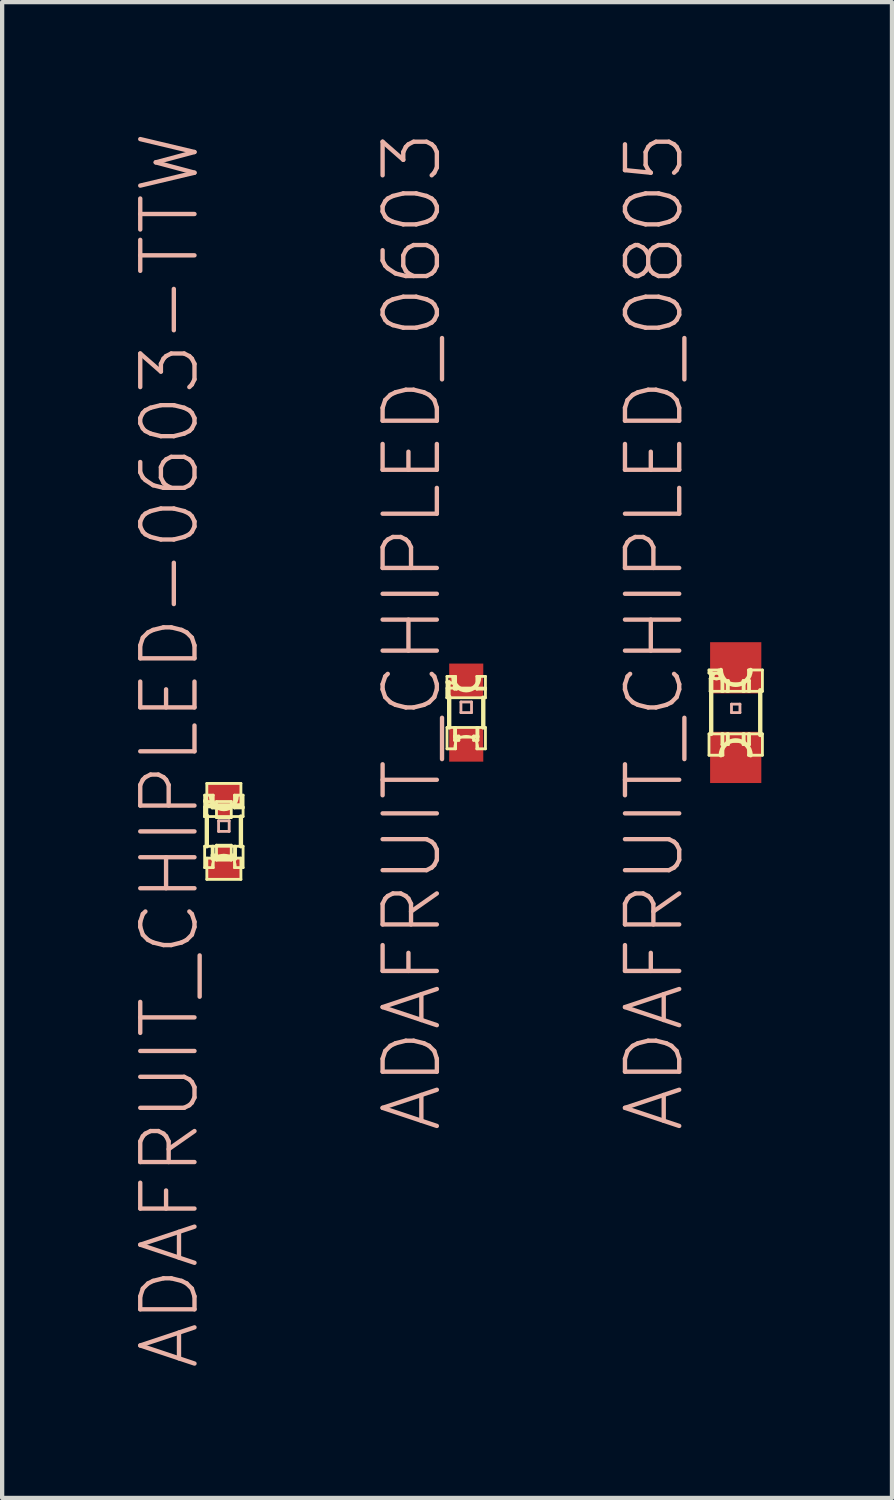
<source format=kicad_pcb>
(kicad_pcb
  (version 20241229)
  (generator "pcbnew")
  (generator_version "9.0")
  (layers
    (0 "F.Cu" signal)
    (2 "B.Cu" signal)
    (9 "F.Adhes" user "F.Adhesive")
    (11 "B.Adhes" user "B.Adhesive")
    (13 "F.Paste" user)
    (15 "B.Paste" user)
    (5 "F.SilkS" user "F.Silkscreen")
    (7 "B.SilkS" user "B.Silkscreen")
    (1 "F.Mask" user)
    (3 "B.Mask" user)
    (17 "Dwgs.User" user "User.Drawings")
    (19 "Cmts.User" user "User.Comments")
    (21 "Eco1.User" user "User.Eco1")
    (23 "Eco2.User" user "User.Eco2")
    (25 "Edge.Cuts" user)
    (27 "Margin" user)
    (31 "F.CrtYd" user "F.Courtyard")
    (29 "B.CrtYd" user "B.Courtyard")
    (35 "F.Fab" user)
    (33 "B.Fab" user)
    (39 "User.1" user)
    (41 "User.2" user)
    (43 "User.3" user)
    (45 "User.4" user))
  (footprint "ADAFRUIT_CHIPLED_0603"
    (layer "F.Cu")
    (at 7.865 13.633)
    (property "Reference" "ADAFRUIT_CHIPLED_0603" (at -1.27 -1.905 90) (layer "B.SilkS") (effects (font (size 1.27 1.27) (thickness 0.102))))
    (attr smd)
    (fp_line (start -0.45 -0.848) (end -0.249 -0.848) (stroke (width 0.066) (type solid)) (layer "F.SilkS"))
    (fp_line (start -0.45 -0.724) (end -0.399 -0.724) (stroke (width 0.066) (type solid)) (layer "F.SilkS"))
    (fp_line (start -0.45 -0.699) (end -0.45 -0.848) (stroke (width 0.066) (type solid)) (layer "F.SilkS"))
    (fp_line (start -0.45 -0.699) (end -0.249 -0.699) (stroke (width 0.066) (type solid)) (layer "F.SilkS"))
    (fp_line (start -0.45 -0.574) (end 0.45 -0.574) (stroke (width 0.066) (type solid)) (layer "F.SilkS"))
    (fp_line (start -0.45 -0.348) (end -0.45 -0.724) (stroke (width 0.066) (type solid)) (layer "F.SilkS"))
    (fp_line (start -0.45 -0.348) (end -0.45 -0.574) (stroke (width 0.066) (type solid)) (layer "F.SilkS"))
    (fp_line (start -0.45 -0.348) (end -0.399 -0.348) (stroke (width 0.066) (type solid)) (layer "F.SilkS"))
    (fp_line (start -0.45 -0.348) (end 0.45 -0.348) (stroke (width 0.066) (type solid)) (layer "F.SilkS"))
    (fp_line (start -0.45 0.348) (end -0.249 0.348) (stroke (width 0.066) (type solid)) (layer "F.SilkS"))
    (fp_line (start -0.45 0.848) (end -0.45 0.348) (stroke (width 0.066) (type solid)) (layer "F.SilkS"))
    (fp_line (start -0.45 0.848) (end -0.249 0.848) (stroke (width 0.066) (type solid)) (layer "F.SilkS"))
    (fp_line (start -0.399 -0.373) (end -0.399 0.348) (stroke (width 0.102) (type solid)) (layer "F.SilkS"))
    (fp_line (start -0.399 -0.348) (end -0.399 -0.724) (stroke (width 0.066) (type solid)) (layer "F.SilkS"))
    (fp_line (start -0.274 -0.599) (end -0.224 -0.599) (stroke (width 0.066) (type solid)) (layer "F.SilkS"))
    (fp_line (start -0.274 -0.549) (end -0.274 -0.599) (stroke (width 0.066) (type solid)) (layer "F.SilkS"))
    (fp_line (start -0.274 -0.549) (end -0.224 -0.549) (stroke (width 0.066) (type solid)) (layer "F.SilkS"))
    (fp_line (start -0.274 0.348) (end 0.274 0.348) (stroke (width 0.066) (type solid)) (layer "F.SilkS"))
    (fp_line (start -0.274 0.549) (end -0.173 0.549) (stroke (width 0.066) (type solid)) (layer "F.SilkS"))
    (fp_line (start -0.274 0.574) (end -0.274 0.348) (stroke (width 0.066) (type solid)) (layer "F.SilkS"))
    (fp_line (start -0.274 0.574) (end 0.274 0.574) (stroke (width 0.066) (type solid)) (layer "F.SilkS"))
    (fp_line (start -0.274 0.648) (end -0.274 0.549) (stroke (width 0.066) (type solid)) (layer "F.SilkS"))
    (fp_line (start -0.274 0.648) (end -0.173 0.648) (stroke (width 0.066) (type solid)) (layer "F.SilkS"))
    (fp_line (start -0.249 -0.699) (end -0.249 -0.848) (stroke (width 0.066) (type solid)) (layer "F.SilkS"))
    (fp_line (start -0.249 0.848) (end -0.249 0.348) (stroke (width 0.066) (type solid)) (layer "F.SilkS"))
    (fp_line (start -0.224 -0.549) (end -0.224 -0.599) (stroke (width 0.066) (type solid)) (layer "F.SilkS"))
    (fp_line (start -0.173 0.648) (end -0.173 0.549) (stroke (width 0.066) (type solid)) (layer "F.SilkS"))
    (fp_line (start 0.173 0.549) (end 0.274 0.549) (stroke (width 0.066) (type solid)) (layer "F.SilkS"))
    (fp_line (start 0.173 0.648) (end 0.173 0.549) (stroke (width 0.066) (type solid)) (layer "F.SilkS"))
    (fp_line (start 0.173 0.648) (end 0.274 0.648) (stroke (width 0.066) (type solid)) (layer "F.SilkS"))
    (fp_line (start 0.249 -0.848) (end 0.45 -0.848) (stroke (width 0.066) (type solid)) (layer "F.SilkS"))
    (fp_line (start 0.249 -0.549) (end 0.249 -0.848) (stroke (width 0.066) (type solid)) (layer "F.SilkS"))
    (fp_line (start 0.249 -0.549) (end 0.45 -0.549) (stroke (width 0.066) (type solid)) (layer "F.SilkS"))
    (fp_line (start 0.249 0.348) (end 0.45 0.348) (stroke (width 0.066) (type solid)) (layer "F.SilkS"))
    (fp_line (start 0.249 0.848) (end 0.249 0.348) (stroke (width 0.066) (type solid)) (layer "F.SilkS"))
    (fp_line (start 0.249 0.848) (end 0.45 0.848) (stroke (width 0.066) (type solid)) (layer "F.SilkS"))
    (fp_line (start 0.274 0.574) (end 0.274 0.348) (stroke (width 0.066) (type solid)) (layer "F.SilkS"))
    (fp_line (start 0.274 0.648) (end 0.274 0.549) (stroke (width 0.066) (type solid)) (layer "F.SilkS"))
    (fp_line (start 0.399 -0.348) (end 0.399 0.348) (stroke (width 0.102) (type solid)) (layer "F.SilkS"))
    (fp_line (start 0.45 -0.549) (end 0.45 -0.848) (stroke (width 0.066) (type solid)) (layer "F.SilkS"))
    (fp_line (start 0.45 -0.348) (end 0.45 -0.574) (stroke (width 0.066) (type solid)) (layer "F.SilkS"))
    (fp_line (start 0.45 0.848) (end 0.45 0.348) (stroke (width 0.066) (type solid)) (layer "F.SilkS"))
    (fp_arc (start -0.27432 0.82296) (mid 0 0.54864) (end 0.27432 0.82296) (stroke (width 0.0508) (type solid)) (layer "F.SilkS"))
    (fp_arc (start 0.29972 -0.82296) (mid 0 -0.52324) (end -0.29972 -0.82296) (stroke (width 0.1016) (type solid)) (layer "F.SilkS"))
    (fp_circle (center -0.348 -0.625) (end -0.384 -0.66) (stroke (width 0.025) (type solid)) (fill no) (layer "F.SilkS"))
    (fp_line (start -0.124 -0.249) (end 0.124 -0.249) (stroke (width 0.066) (type solid)) (layer "B.SilkS"))
    (fp_line (start -0.124 0) (end -0.124 -0.249) (stroke (width 0.066) (type solid)) (layer "B.SilkS"))
    (fp_line (start -0.124 0) (end 0.124 0) (stroke (width 0.066) (type solid)) (layer "B.SilkS"))
    (fp_line (start 0.124 0) (end 0.124 -0.249) (stroke (width 0.066) (type solid)) (layer "B.SilkS"))
    (pad "A" smd rect (at 0 0.749) (size 0.798 0.798) (layers "F.Cu" "F.Mask" "F.Paste"))
    (pad "C" smd rect (at 0 -0.749) (size 0.798 0.798) (layers "F.Cu" "F.Mask" "F.Paste")))
  (footprint "ADAFRUIT_CHIPLED-0603-TTW"
    (layer "F.Cu")
    (at 2.191 16.414)
    (property "Reference" "ADAFRUIT_CHIPLED-0603-TTW" (at -1.27 -1.905 90) (layer "B.SilkS") (effects (font (size 1.27 1.27) (thickness 0.102))))
    (attr smd)
    (fp_line (start -0.45 -0.848) (end -0.249 -0.848) (stroke (width 0.066) (type solid)) (layer "F.SilkS"))
    (fp_line (start -0.45 -0.724) (end -0.399 -0.724) (stroke (width 0.066) (type solid)) (layer "F.SilkS"))
    (fp_line (start -0.45 -0.699) (end -0.45 -0.848) (stroke (width 0.066) (type solid)) (layer "F.SilkS"))
    (fp_line (start -0.45 -0.699) (end -0.249 -0.699) (stroke (width 0.066) (type solid)) (layer "F.SilkS"))
    (fp_line (start -0.45 -0.574) (end 0.45 -0.574) (stroke (width 0.066) (type solid)) (layer "F.SilkS"))
    (fp_line (start -0.45 -0.348) (end -0.45 -0.724) (stroke (width 0.066) (type solid)) (layer "F.SilkS"))
    (fp_line (start -0.45 -0.348) (end -0.45 -0.574) (stroke (width 0.066) (type solid)) (layer "F.SilkS"))
    (fp_line (start -0.45 -0.348) (end -0.399 -0.348) (stroke (width 0.066) (type solid)) (layer "F.SilkS"))
    (fp_line (start -0.45 -0.348) (end 0.45 -0.348) (stroke (width 0.066) (type solid)) (layer "F.SilkS"))
    (fp_line (start -0.45 0.348) (end -0.249 0.348) (stroke (width 0.066) (type solid)) (layer "F.SilkS"))
    (fp_line (start -0.45 0.848) (end -0.45 0.348) (stroke (width 0.066) (type solid)) (layer "F.SilkS"))
    (fp_line (start -0.45 0.848) (end -0.249 0.848) (stroke (width 0.066) (type solid)) (layer "F.SilkS"))
    (fp_line (start -0.399 -1.123) (end 0.399 -1.123) (stroke (width 0.066) (type solid)) (layer "F.SilkS"))
    (fp_line (start -0.399 -0.625) (end -0.399 -1.123) (stroke (width 0.066) (type solid)) (layer "F.SilkS"))
    (fp_line (start -0.399 -0.625) (end 0.399 -0.625) (stroke (width 0.066) (type solid)) (layer "F.SilkS"))
    (fp_line (start -0.399 -0.373) (end -0.399 0.348) (stroke (width 0.102) (type solid)) (layer "F.SilkS"))
    (fp_line (start -0.399 -0.348) (end -0.399 -0.724) (stroke (width 0.066) (type solid)) (layer "F.SilkS"))
    (fp_line (start -0.399 0.625) (end 0.399 0.625) (stroke (width 0.066) (type solid)) (layer "F.SilkS"))
    (fp_line (start -0.399 1.123) (end -0.399 0.625) (stroke (width 0.066) (type solid)) (layer "F.SilkS"))
    (fp_line (start -0.399 1.123) (end 0.399 1.123) (stroke (width 0.066) (type solid)) (layer "F.SilkS"))
    (fp_line (start -0.274 -0.599) (end -0.224 -0.599) (stroke (width 0.066) (type solid)) (layer "F.SilkS"))
    (fp_line (start -0.274 -0.549) (end -0.274 -0.599) (stroke (width 0.066) (type solid)) (layer "F.SilkS"))
    (fp_line (start -0.274 -0.549) (end -0.224 -0.549) (stroke (width 0.066) (type solid)) (layer "F.SilkS"))
    (fp_line (start -0.274 0.348) (end 0.274 0.348) (stroke (width 0.066) (type solid)) (layer "F.SilkS"))
    (fp_line (start -0.274 0.549) (end -0.173 0.549) (stroke (width 0.066) (type solid)) (layer "F.SilkS"))
    (fp_line (start -0.274 0.574) (end -0.274 0.348) (stroke (width 0.066) (type solid)) (layer "F.SilkS"))
    (fp_line (start -0.274 0.574) (end 0.274 0.574) (stroke (width 0.066) (type solid)) (layer "F.SilkS"))
    (fp_line (start -0.274 0.648) (end -0.274 0.549) (stroke (width 0.066) (type solid)) (layer "F.SilkS"))
    (fp_line (start -0.274 0.648) (end -0.173 0.648) (stroke (width 0.066) (type solid)) (layer "F.SilkS"))
    (fp_line (start -0.249 -0.699) (end -0.249 -0.848) (stroke (width 0.066) (type solid)) (layer "F.SilkS"))
    (fp_line (start -0.249 0.848) (end -0.249 0.348) (stroke (width 0.066) (type solid)) (layer "F.SilkS"))
    (fp_line (start -0.224 -0.549) (end -0.224 -0.599) (stroke (width 0.066) (type solid)) (layer "F.SilkS"))
    (fp_line (start -0.173 -0.699) (end 0.173 -0.699) (stroke (width 0.066) (type solid)) (layer "F.SilkS"))
    (fp_line (start -0.173 -0.323) (end -0.173 -0.699) (stroke (width 0.066) (type solid)) (layer "F.SilkS"))
    (fp_line (start -0.173 -0.323) (end 0.173 -0.323) (stroke (width 0.066) (type solid)) (layer "F.SilkS"))
    (fp_line (start -0.173 0.323) (end 0.173 0.323) (stroke (width 0.066) (type solid)) (layer "F.SilkS"))
    (fp_line (start -0.173 0.648) (end -0.173 0.549) (stroke (width 0.066) (type solid)) (layer "F.SilkS"))
    (fp_line (start -0.173 0.673) (end -0.173 0.323) (stroke (width 0.066) (type solid)) (layer "F.SilkS"))
    (fp_line (start -0.173 0.673) (end 0.173 0.673) (stroke (width 0.066) (type solid)) (layer "F.SilkS"))
    (fp_line (start 0.173 -0.323) (end 0.173 -0.699) (stroke (width 0.066) (type solid)) (layer "F.SilkS"))
    (fp_line (start 0.173 0.549) (end 0.274 0.549) (stroke (width 0.066) (type solid)) (layer "F.SilkS"))
    (fp_line (start 0.173 0.648) (end 0.173 0.549) (stroke (width 0.066) (type solid)) (layer "F.SilkS"))
    (fp_line (start 0.173 0.648) (end 0.274 0.648) (stroke (width 0.066) (type solid)) (layer "F.SilkS"))
    (fp_line (start 0.173 0.673) (end 0.173 0.323) (stroke (width 0.066) (type solid)) (layer "F.SilkS"))
    (fp_line (start 0.249 -0.848) (end 0.45 -0.848) (stroke (width 0.066) (type solid)) (layer "F.SilkS"))
    (fp_line (start 0.249 -0.549) (end 0.249 -0.848) (stroke (width 0.066) (type solid)) (layer "F.SilkS"))
    (fp_line (start 0.249 -0.549) (end 0.45 -0.549) (stroke (width 0.066) (type solid)) (layer "F.SilkS"))
    (fp_line (start 0.249 0.348) (end 0.45 0.348) (stroke (width 0.066) (type solid)) (layer "F.SilkS"))
    (fp_line (start 0.249 0.848) (end 0.249 0.348) (stroke (width 0.066) (type solid)) (layer "F.SilkS"))
    (fp_line (start 0.249 0.848) (end 0.45 0.848) (stroke (width 0.066) (type solid)) (layer "F.SilkS"))
    (fp_line (start 0.274 0.574) (end 0.274 0.348) (stroke (width 0.066) (type solid)) (layer "F.SilkS"))
    (fp_line (start 0.274 0.648) (end 0.274 0.549) (stroke (width 0.066) (type solid)) (layer "F.SilkS"))
    (fp_line (start 0.399 -0.625) (end 0.399 -1.123) (stroke (width 0.066) (type solid)) (layer "F.SilkS"))
    (fp_line (start 0.399 -0.348) (end 0.399 0.348) (stroke (width 0.102) (type solid)) (layer "F.SilkS"))
    (fp_line (start 0.399 1.123) (end 0.399 0.625) (stroke (width 0.066) (type solid)) (layer "F.SilkS"))
    (fp_line (start 0.45 -0.549) (end 0.45 -0.848) (stroke (width 0.066) (type solid)) (layer "F.SilkS"))
    (fp_line (start 0.45 -0.348) (end 0.45 -0.574) (stroke (width 0.066) (type solid)) (layer "F.SilkS"))
    (fp_line (start 0.45 0.848) (end 0.45 0.348) (stroke (width 0.066) (type solid)) (layer "F.SilkS"))
    (fp_arc (start -0.27432 0.82296) (mid 0 0.54864) (end 0.27432 0.82296) (stroke (width 0.0508) (type solid)) (layer "F.SilkS"))
    (fp_arc (start 0.29972 -0.82296) (mid 0 -0.52324) (end -0.29972 -0.82296) (stroke (width 0.1016) (type solid)) (layer "F.SilkS"))
    (fp_circle (center -0.348 -0.625) (end -0.384 -0.66) (stroke (width 0.025) (type solid)) (fill no) (layer "F.SilkS"))
    (fp_line (start -0.124 -0.249) (end 0.124 -0.249) (stroke (width 0.066) (type solid)) (layer "B.SilkS"))
    (fp_line (start -0.124 0) (end -0.124 -0.249) (stroke (width 0.066) (type solid)) (layer "B.SilkS"))
    (fp_line (start -0.124 0) (end 0.124 0) (stroke (width 0.066) (type solid)) (layer "B.SilkS"))
    (fp_line (start 0.124 0) (end 0.124 -0.249) (stroke (width 0.066) (type solid)) (layer "B.SilkS"))
    (pad "A" smd rect (at 0 0.874) (size 0.798 0.498) (layers "F.Cu" "F.Mask" "F.Paste"))
    (pad "A@1" smd rect (at 0 0.498) (size 0.348 0.348) (layers "F.Cu" "F.Mask" "F.Paste"))
    (pad "C" smd rect (at 0 -0.874) (size 0.798 0.498) (layers "F.Cu" "F.Mask" "F.Paste"))
    (pad "C@1" smd rect (at 0 -0.498) (size 0.348 0.348) (layers "F.Cu" "F.Mask" "F.Paste")))
  (footprint "ADAFRUIT_CHIPLED_0805"
    (layer "F.Cu")
    (at 14.174 13.633)
    (property "Reference" "ADAFRUIT_CHIPLED_0805" (at -1.905 -1.905 90) (layer "B.SilkS") (effects (font (size 1.27 1.27) (thickness 0.102))))
    (attr smd)
    (fp_line (start -0.625 -0.998) (end -0.399 -0.998) (stroke (width 0.066) (type solid)) (layer "F.SilkS"))
    (fp_line (start -0.625 -0.925) (end -0.625 -0.998) (stroke (width 0.066) (type solid)) (layer "F.SilkS"))
    (fp_line (start -0.625 -0.925) (end -0.399 -0.925) (stroke (width 0.066) (type solid)) (layer "F.SilkS"))
    (fp_line (start -0.625 0.498) (end -0.3 0.498) (stroke (width 0.066) (type solid)) (layer "F.SilkS"))
    (fp_line (start -0.625 0.998) (end -0.625 0.498) (stroke (width 0.066) (type solid)) (layer "F.SilkS"))
    (fp_line (start -0.625 0.998) (end -0.3 0.998) (stroke (width 0.066) (type solid)) (layer "F.SilkS"))
    (fp_line (start -0.599 -0.798) (end -0.3 -0.798) (stroke (width 0.066) (type solid)) (layer "F.SilkS"))
    (fp_line (start -0.599 -0.498) (end -0.599 -0.798) (stroke (width 0.066) (type solid)) (layer "F.SilkS"))
    (fp_line (start -0.599 -0.498) (end -0.3 -0.498) (stroke (width 0.066) (type solid)) (layer "F.SilkS"))
    (fp_line (start -0.574 0.498) (end -0.574 -0.925) (stroke (width 0.102) (type solid)) (layer "F.SilkS"))
    (fp_line (start -0.399 -0.925) (end -0.399 -0.998) (stroke (width 0.066) (type solid)) (layer "F.SilkS"))
    (fp_line (start -0.323 -0.749) (end -0.173 -0.749) (stroke (width 0.066) (type solid)) (layer "F.SilkS"))
    (fp_line (start -0.323 -0.498) (end -0.323 -0.749) (stroke (width 0.066) (type solid)) (layer "F.SilkS"))
    (fp_line (start -0.323 -0.498) (end -0.173 -0.498) (stroke (width 0.066) (type solid)) (layer "F.SilkS"))
    (fp_line (start -0.323 0.498) (end -0.173 0.498) (stroke (width 0.066) (type solid)) (layer "F.SilkS"))
    (fp_line (start -0.323 0.749) (end -0.323 0.498) (stroke (width 0.066) (type solid)) (layer "F.SilkS"))
    (fp_line (start -0.323 0.749) (end -0.173 0.749) (stroke (width 0.066) (type solid)) (layer "F.SilkS"))
    (fp_line (start -0.3 -0.498) (end -0.3 -0.798) (stroke (width 0.066) (type solid)) (layer "F.SilkS"))
    (fp_line (start -0.3 0.998) (end -0.3 0.498) (stroke (width 0.066) (type solid)) (layer "F.SilkS"))
    (fp_line (start -0.198 -0.673) (end 0.198 -0.673) (stroke (width 0.066) (type solid)) (layer "F.SilkS"))
    (fp_line (start -0.198 -0.498) (end -0.198 -0.673) (stroke (width 0.066) (type solid)) (layer "F.SilkS"))
    (fp_line (start -0.198 -0.498) (end 0.198 -0.498) (stroke (width 0.066) (type solid)) (layer "F.SilkS"))
    (fp_line (start -0.198 0.498) (end 0.198 0.498) (stroke (width 0.066) (type solid)) (layer "F.SilkS"))
    (fp_line (start -0.198 0.673) (end -0.198 0.498) (stroke (width 0.066) (type solid)) (layer "F.SilkS"))
    (fp_line (start -0.198 0.673) (end 0.198 0.673) (stroke (width 0.066) (type solid)) (layer "F.SilkS"))
    (fp_line (start -0.173 -0.498) (end -0.173 -0.749) (stroke (width 0.066) (type solid)) (layer "F.SilkS"))
    (fp_line (start -0.173 0.749) (end -0.173 0.498) (stroke (width 0.066) (type solid)) (layer "F.SilkS"))
    (fp_line (start 0.173 -0.749) (end 0.323 -0.749) (stroke (width 0.066) (type solid)) (layer "F.SilkS"))
    (fp_line (start 0.173 -0.498) (end 0.173 -0.749) (stroke (width 0.066) (type solid)) (layer "F.SilkS"))
    (fp_line (start 0.173 -0.498) (end 0.323 -0.498) (stroke (width 0.066) (type solid)) (layer "F.SilkS"))
    (fp_line (start 0.173 0.498) (end 0.323 0.498) (stroke (width 0.066) (type solid)) (layer "F.SilkS"))
    (fp_line (start 0.173 0.749) (end 0.173 0.498) (stroke (width 0.066) (type solid)) (layer "F.SilkS"))
    (fp_line (start 0.173 0.749) (end 0.323 0.749) (stroke (width 0.066) (type solid)) (layer "F.SilkS"))
    (fp_line (start 0.198 -0.498) (end 0.198 -0.673) (stroke (width 0.066) (type solid)) (layer "F.SilkS"))
    (fp_line (start 0.198 0.673) (end 0.198 0.498) (stroke (width 0.066) (type solid)) (layer "F.SilkS"))
    (fp_line (start 0.3 -0.998) (end 0.625 -0.998) (stroke (width 0.066) (type solid)) (layer "F.SilkS"))
    (fp_line (start 0.3 -0.498) (end 0.3 -0.998) (stroke (width 0.066) (type solid)) (layer "F.SilkS"))
    (fp_line (start 0.3 -0.498) (end 0.625 -0.498) (stroke (width 0.066) (type solid)) (layer "F.SilkS"))
    (fp_line (start 0.3 0.498) (end 0.625 0.498) (stroke (width 0.066) (type solid)) (layer "F.SilkS"))
    (fp_line (start 0.3 0.998) (end 0.3 0.498) (stroke (width 0.066) (type solid)) (layer "F.SilkS"))
    (fp_line (start 0.3 0.998) (end 0.625 0.998) (stroke (width 0.066) (type solid)) (layer "F.SilkS"))
    (fp_line (start 0.323 -0.498) (end 0.323 -0.749) (stroke (width 0.066) (type solid)) (layer "F.SilkS"))
    (fp_line (start 0.323 0.749) (end 0.323 0.498) (stroke (width 0.066) (type solid)) (layer "F.SilkS"))
    (fp_line (start 0.574 -0.523) (end 0.574 0.523) (stroke (width 0.102) (type solid)) (layer "F.SilkS"))
    (fp_line (start 0.625 -0.498) (end 0.625 -0.998) (stroke (width 0.066) (type solid)) (layer "F.SilkS"))
    (fp_line (start 0.625 0.998) (end 0.625 0.498) (stroke (width 0.066) (type solid)) (layer "F.SilkS"))
    (fp_arc (start -0.34798 0.99822) (mid 0 0.65024) (end 0.34798 0.99822) (stroke (width 0.1016) (type solid)) (layer "F.SilkS"))
    (fp_arc (start 0.34798 -0.99822) (mid 0 -0.65024) (end -0.34798 -0.99822) (stroke (width 0.1016) (type solid)) (layer "F.SilkS"))
    (fp_circle (center -0.45 -0.848) (end -0.5 -0.899) (stroke (width 0.051) (type solid)) (fill no) (layer "F.SilkS"))
    (fp_line (start -0.099 -0.198) (end 0.099 -0.198) (stroke (width 0.066) (type solid)) (layer "B.SilkS"))
    (fp_line (start -0.099 0) (end -0.099 -0.198) (stroke (width 0.066) (type solid)) (layer "B.SilkS"))
    (fp_line (start -0.099 0) (end 0.099 0) (stroke (width 0.066) (type solid)) (layer "B.SilkS"))
    (fp_line (start 0.099 0) (end 0.099 -0.198) (stroke (width 0.066) (type solid)) (layer "B.SilkS"))
    (pad "A" smd rect (at 0 1.049) (size 1.199 1.199) (layers "F.Cu" "F.Mask" "F.Paste"))
    (pad "C" smd rect (at 0 -1.049) (size 1.199 1.199) (layers "F.Cu" "F.Mask" "F.Paste")))
  (gr_rect
    (start -3 -3)
    (end 17.832 32.019)
    (stroke (width 0.1) (type default))
    (fill no)
    (layer "Edge.Cuts")))
</source>
